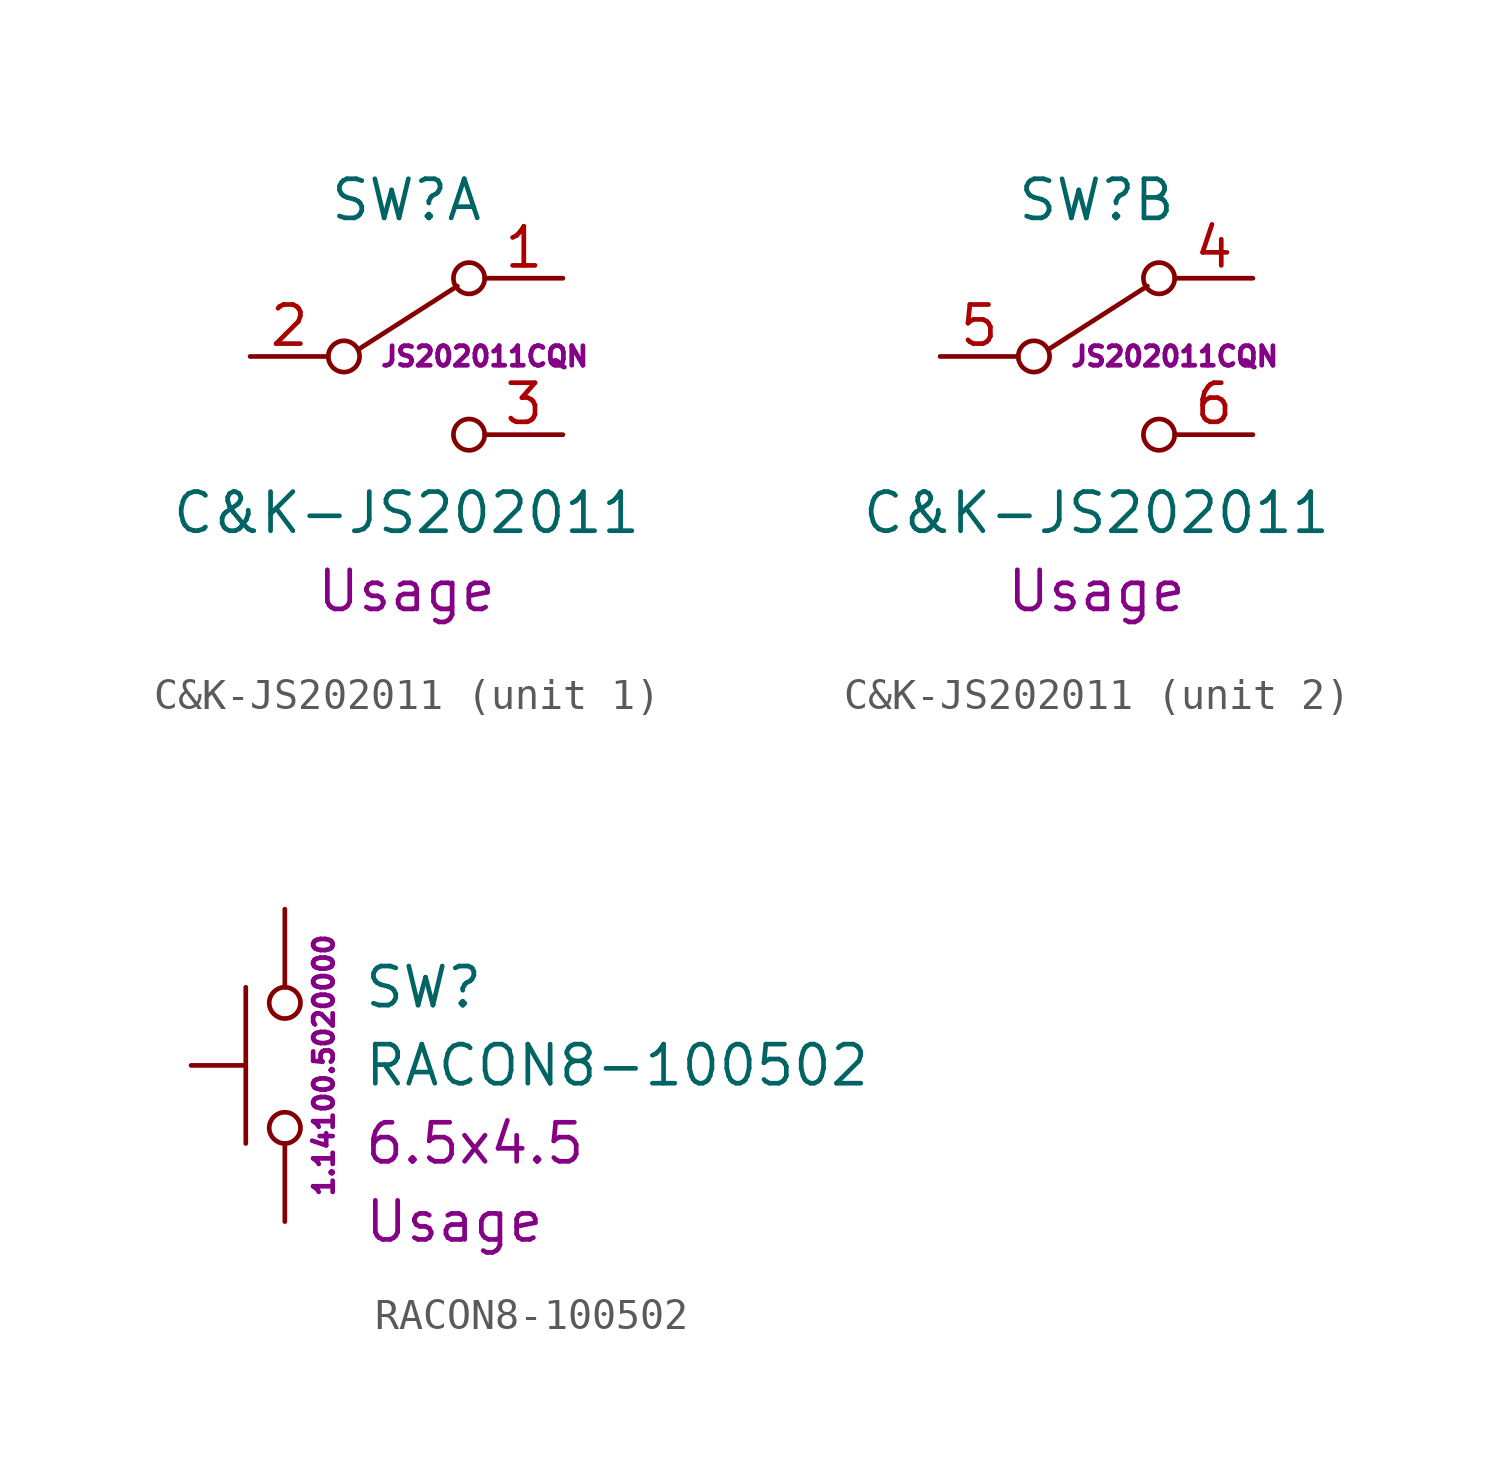
<source format=kicad_sym>
(kicad_symbol_lib
  (version 20201005)
  (generator kicad_symbol_editor)
  (symbol "C&K-JS202011"
    (pin_names
      (offset 0) hide)
    (property "Reference" "SW"
      (at 0 5.08 0)
      (effects (font (size 1.27 1.27))))
    (property "Value" "C&K-JS202011"
      (at 0 -5.08 0)
      (effects (font (size 1.27 1.27))))
    (property "Usage" "Usage"
      (at 0 -7.62 0)
      (effects (font (size 1.27 1.27))))
    (property "ID" "JS202011CQN"
      (at 2.54 0 0)
      (effects (font (size 0.635 0.635))))
    (symbol "C&K-JS202011_0_0"
      (circle (center -2.032 0) (radius 0.508) (stroke (width 0)) (fill (type none)))
      (circle (center 2.032 -2.54) (radius 0.508) (stroke (width 0)) (fill (type none))))
    (symbol "C&K-JS202011_0_1"
      (circle (center 2.032 2.54) (radius 0.508) (stroke (width 0)) (fill (type none)))
      (polyline (pts (xy -1.524 0.254) (xy 1.651 2.286)) (stroke (width 0)) (fill (type none))))
    (symbol "C&K-JS202011_1_1"
      (pin passive line (at 5.08 2.54 180) (length 2.54) (name "A" (effects (font (size 1.27 1.27)))) (number "1" (effects (font (size 1.27 1.27)))))
      (pin passive line (at -5.08 0 0) (length 2.54) (name "B" (effects (font (size 1.27 1.27)))) (number "2" (effects (font (size 1.27 1.27)))))
      (pin passive line (at 5.08 -2.54 180) (length 2.54) (name "C" (effects (font (size 1.27 1.27)))) (number "3" (effects (font (size 1.27 1.27))))))
    (symbol "C&K-JS202011_2_1"
      (pin passive line (at 5.08 2.54 180) (length 2.54) (name "A" (effects (font (size 1.27 1.27)))) (number "4" (effects (font (size 1.27 1.27)))))
      (pin passive line (at -5.08 0 0) (length 2.54) (name "B" (effects (font (size 1.27 1.27)))) (number "5" (effects (font (size 1.27 1.27)))))
      (pin passive line (at 5.08 -2.54 180) (length 2.54) (name "C" (effects (font (size 1.27 1.27)))) (number "6" (effects (font (size 1.27 1.27)))))))
  (symbol "RACON8-100502"
    (pin_numbers hide)
    (pin_names
      (offset 1.016) hide)
    (property "Reference" "SW"
      (at 2.54 2.54 0)
      (effects (font (size 1.27 1.27)) (justify left)))
    (property "Value" "RACON8-100502"
      (at 2.54 0 0)
      (effects (font (size 1.27 1.27)) (justify left)))
    (property "Package" "6.5x4.5"
      (at 2.54 -2.54 0)
      (effects (font (size 1.27 1.27)) (justify left)))
    (property "Usage" "Usage"
      (at 2.54 -5.08 0)
      (effects (font (size 1.27 1.27)) (justify left)))
    (property "ID" "1.14100.5020000"
      (at 1.27 0 90)
      (effects (font (size 0.635 0.635))))
    (symbol "RACON8-100502_0_1"
      (circle (center 0 -2.032) (radius 0.508) (stroke (width 0)) (fill (type none)))
      (circle (center 0 2.032) (radius 0.508) (stroke (width 0)) (fill (type none)))
      (polyline (pts (xy -1.27 0) (xy -3.048 0)) (stroke (width 0)) (fill (type none)))
      (polyline (pts (xy -1.27 2.54) (xy -1.27 -2.54)) (stroke (width 0)) (fill (type none)))
      (pin passive line (at 0 -5.08 90) (length 2.54) (name "1" (effects (font (size 1.27 1.27)))) (number "1" (effects (font (size 1.27 1.27)))))
      (pin passive line (at 0 5.08 270) (length 2.54) (name "2" (effects (font (size 1.27 1.27)))) (number "2" (effects (font (size 1.27 1.27))))))))
</source>
